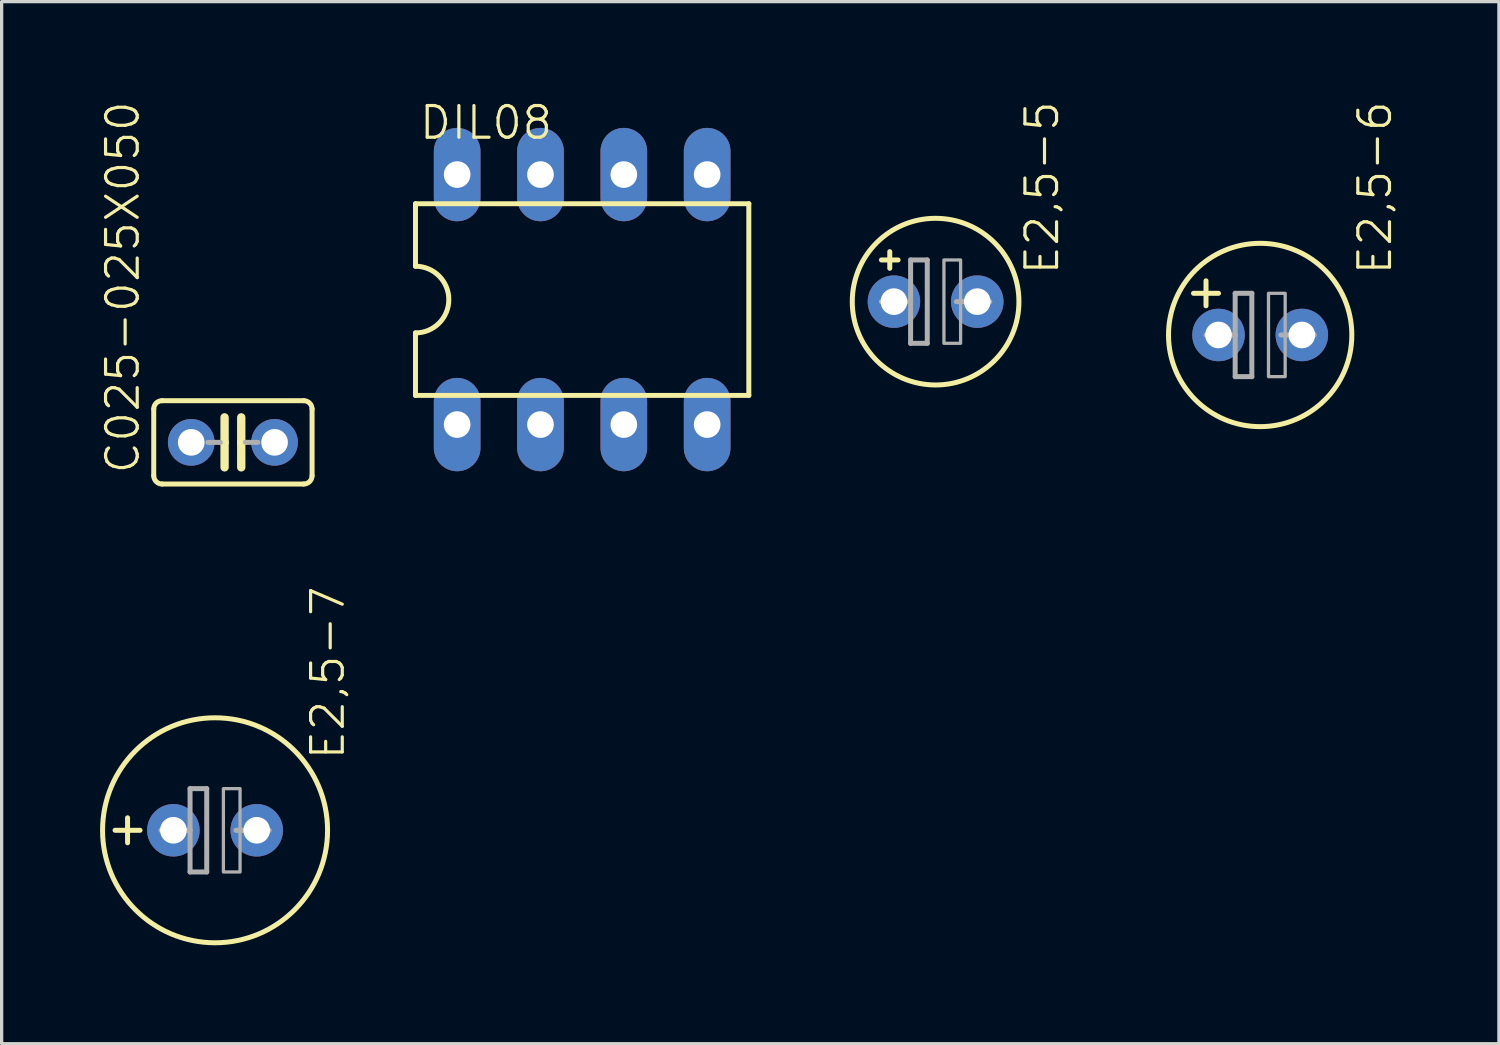
<source format=kicad_pcb>
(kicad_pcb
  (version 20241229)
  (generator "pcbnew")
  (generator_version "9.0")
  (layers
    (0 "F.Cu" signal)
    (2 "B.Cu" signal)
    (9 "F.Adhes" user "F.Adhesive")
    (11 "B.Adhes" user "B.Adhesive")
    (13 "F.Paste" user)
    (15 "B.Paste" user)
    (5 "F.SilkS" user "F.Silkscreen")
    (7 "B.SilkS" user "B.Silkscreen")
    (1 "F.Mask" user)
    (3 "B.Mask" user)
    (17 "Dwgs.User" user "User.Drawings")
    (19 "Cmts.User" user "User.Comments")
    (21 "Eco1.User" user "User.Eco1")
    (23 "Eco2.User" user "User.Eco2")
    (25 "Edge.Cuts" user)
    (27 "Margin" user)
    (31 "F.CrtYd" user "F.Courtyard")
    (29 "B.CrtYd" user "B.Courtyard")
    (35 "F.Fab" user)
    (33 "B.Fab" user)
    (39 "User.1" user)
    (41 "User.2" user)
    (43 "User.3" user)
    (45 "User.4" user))
  (footprint "C025-025X050"
    (layer "F.Cu")
    (at 4.049 10.433)
    (property "Reference" "C025-025X050" (at -2.794 1.016 90) (layer "F.SilkS") (effects (font (size 0.965 0.965) (thickness 0.097)) (justify left bottom)))
    (attr through_hole)
    (fp_line (start -2.413 -1.016) (end -2.413 1.016) (stroke (width 0.152) (type solid)) (layer "F.SilkS"))
    (fp_line (start -2.159 -1.27) (end 2.159 -1.27) (stroke (width 0.152) (type solid)) (layer "F.SilkS"))
    (fp_line (start -0.254 -0.762) (end -0.254 0) (stroke (width 0.254) (type solid)) (layer "F.SilkS"))
    (fp_line (start -0.254 0) (end -0.381 0) (stroke (width 0.152) (type solid)) (layer "F.SilkS"))
    (fp_line (start -0.254 0) (end -0.254 0.762) (stroke (width 0.254) (type solid)) (layer "F.SilkS"))
    (fp_line (start 0.254 0) (end 0.254 -0.762) (stroke (width 0.254) (type solid)) (layer "F.SilkS"))
    (fp_line (start 0.254 0) (end 0.254 0.762) (stroke (width 0.254) (type solid)) (layer "F.SilkS"))
    (fp_line (start 0.381 0) (end 0.254 0) (stroke (width 0.152) (type solid)) (layer "F.SilkS"))
    (fp_line (start 2.159 1.27) (end -2.159 1.27) (stroke (width 0.152) (type solid)) (layer "F.SilkS"))
    (fp_line (start 2.413 -1.016) (end 2.413 1.016) (stroke (width 0.152) (type solid)) (layer "F.SilkS"))
    (fp_arc (start -2.413 -1.016) (mid -2.338605 -1.195605) (end -2.159 -1.27) (stroke (width 0.1524) (type solid)) (layer "F.SilkS"))
    (fp_arc (start -2.159 1.27) (mid -2.338605 1.195605) (end -2.413 1.016) (stroke (width 0.1524) (type solid)) (layer "F.SilkS"))
    (fp_arc (start 2.159 -1.27) (mid 2.338605 -1.195605) (end 2.413 -1.016) (stroke (width 0.1524) (type solid)) (layer "F.SilkS"))
    (fp_arc (start 2.413 1.016) (mid 2.338605 1.195605) (end 2.159 1.27) (stroke (width 0.1524) (type solid)) (layer "F.SilkS"))
    (fp_line (start -0.381 0) (end -0.762 0) (stroke (width 0.152) (type solid)) (layer "F.Fab"))
    (fp_line (start 0.762 0) (end 0.381 0) (stroke (width 0.152) (type solid)) (layer "F.Fab"))
    (pad "1" thru_hole circle (at -1.27 0) (size 1.422 1.422) (drill 0.813) (layers "*.Cu" "*.Mask"))
    (pad "2" thru_hole circle (at 1.27 0) (size 1.422 1.422) (drill 0.813) (layers "*.Cu" "*.Mask")))
  (footprint "E2,5-7"
    (layer "F.Cu")
    (at 3.505 22.257)
    (property "Reference" "E2,5-7" (at 4 -2.095 90) (layer "F.SilkS") (effects (font (size 0.965 0.965) (thickness 0.097)) (justify left bottom)))
    (attr through_hole)
    (fp_line (start -3.048 0) (end -2.286 0) (stroke (width 0.152) (type solid)) (layer "F.SilkS"))
    (fp_line (start -2.667 0.381) (end -2.667 -0.381) (stroke (width 0.152) (type solid)) (layer "F.SilkS"))
    (fp_circle (center 0 0) (end 3.429 0) (stroke (width 0.152) (type solid)) (fill no) (layer "F.SilkS"))
    (fp_line (start -1.651 0) (end -0.762 0) (stroke (width 0.152) (type solid)) (layer "F.Fab"))
    (fp_line (start -0.762 -1.27) (end -0.762 0) (stroke (width 0.152) (type solid)) (layer "F.Fab"))
    (fp_line (start -0.762 0) (end -0.762 1.27) (stroke (width 0.152) (type solid)) (layer "F.Fab"))
    (fp_line (start -0.762 1.27) (end -0.254 1.27) (stroke (width 0.152) (type solid)) (layer "F.Fab"))
    (fp_line (start -0.254 -1.27) (end -0.762 -1.27) (stroke (width 0.152) (type solid)) (layer "F.Fab"))
    (fp_line (start -0.254 1.27) (end -0.254 -1.27) (stroke (width 0.152) (type solid)) (layer "F.Fab"))
    (fp_line (start 0.635 0) (end 1.651 0) (stroke (width 0.152) (type solid)) (layer "F.Fab"))
    (fp_poly (pts (xy 0.254 1.27) (xy 0.762 1.27) (xy 0.762 -1.27) (xy 0.254 -1.27)) (stroke (width 0.1) (type solid)) (fill no) (layer "F.Fab"))
    (pad "+" thru_hole circle (at -1.27 0) (size 1.6 1.6) (drill 0.813) (layers "*.Cu" "*.Mask"))
    (pad "-" thru_hole circle (at 1.27 0) (size 1.6 1.6) (drill 0.813) (layers "*.Cu" "*.Mask")))
  (footprint "E2,5-6"
    (layer "F.Cu")
    (at 35.36 7.16)
    (property "Reference" "E2,5-6" (at 4.064 -1.778 270) (layer "F.SilkS") (effects (font (size 0.965 0.965) (thickness 0.097)) (justify left bottom)))
    (attr through_hole)
    (fp_line (start -2.032 -1.27) (end -1.651 -1.27) (stroke (width 0.152) (type solid)) (layer "F.SilkS"))
    (fp_line (start -1.651 -1.27) (end -1.651 -1.651) (stroke (width 0.152) (type solid)) (layer "F.SilkS"))
    (fp_line (start -1.651 -1.27) (end -1.27 -1.27) (stroke (width 0.152) (type solid)) (layer "F.SilkS"))
    (fp_line (start -1.651 -0.889) (end -1.651 -1.27) (stroke (width 0.152) (type solid)) (layer "F.SilkS"))
    (fp_circle (center 0 0) (end 2.794 0) (stroke (width 0.152) (type solid)) (fill no) (layer "F.SilkS"))
    (fp_line (start -1.651 0) (end -0.762 0) (stroke (width 0.152) (type solid)) (layer "F.Fab"))
    (fp_line (start -0.762 -1.27) (end -0.762 0) (stroke (width 0.152) (type solid)) (layer "F.Fab"))
    (fp_line (start -0.762 0) (end -0.762 1.27) (stroke (width 0.152) (type solid)) (layer "F.Fab"))
    (fp_line (start -0.762 1.27) (end -0.254 1.27) (stroke (width 0.152) (type solid)) (layer "F.Fab"))
    (fp_line (start -0.254 -1.27) (end -0.762 -1.27) (stroke (width 0.152) (type solid)) (layer "F.Fab"))
    (fp_line (start -0.254 1.27) (end -0.254 -1.27) (stroke (width 0.152) (type solid)) (layer "F.Fab"))
    (fp_line (start 0.635 0) (end 1.651 0) (stroke (width 0.152) (type solid)) (layer "F.Fab"))
    (fp_poly (pts (xy 0.254 1.27) (xy 0.762 1.27) (xy 0.762 -1.27) (xy 0.254 -1.27)) (stroke (width 0.1) (type solid)) (fill no) (layer "F.Fab"))
    (pad "+" thru_hole circle (at -1.27 0) (size 1.6 1.6) (drill 0.813) (layers "*.Cu" "*.Mask"))
    (pad "-" thru_hole circle (at 1.27 0) (size 1.6 1.6) (drill 0.813) (layers "*.Cu" "*.Mask")))
  (footprint "E2,5-5"
    (layer "F.Cu")
    (at 25.467 6.144)
    (property "Reference" "E2,5-5" (at 3.81 -0.762 270) (layer "F.SilkS") (effects (font (size 0.965 0.965) (thickness 0.097)) (justify left bottom)))
    (attr through_hole)
    (fp_line (start -1.651 -1.27) (end -1.397 -1.27) (stroke (width 0.152) (type solid)) (layer "F.SilkS"))
    (fp_line (start -1.397 -1.27) (end -1.397 -1.524) (stroke (width 0.152) (type solid)) (layer "F.SilkS"))
    (fp_line (start -1.397 -1.27) (end -1.143 -1.27) (stroke (width 0.152) (type solid)) (layer "F.SilkS"))
    (fp_line (start -1.397 -1.016) (end -1.397 -1.27) (stroke (width 0.152) (type solid)) (layer "F.SilkS"))
    (fp_circle (center 0 0) (end 2.54 0) (stroke (width 0.152) (type solid)) (fill no) (layer "F.SilkS"))
    (fp_line (start -1.651 0) (end -0.762 0) (stroke (width 0.152) (type solid)) (layer "F.Fab"))
    (fp_line (start -0.762 -1.27) (end -0.762 0) (stroke (width 0.152) (type solid)) (layer "F.Fab"))
    (fp_line (start -0.762 0) (end -0.762 1.27) (stroke (width 0.152) (type solid)) (layer "F.Fab"))
    (fp_line (start -0.762 1.27) (end -0.254 1.27) (stroke (width 0.152) (type solid)) (layer "F.Fab"))
    (fp_line (start -0.254 -1.27) (end -0.762 -1.27) (stroke (width 0.152) (type solid)) (layer "F.Fab"))
    (fp_line (start -0.254 1.27) (end -0.254 -1.27) (stroke (width 0.152) (type solid)) (layer "F.Fab"))
    (fp_line (start 0.635 0) (end 1.651 0) (stroke (width 0.152) (type solid)) (layer "F.Fab"))
    (fp_poly (pts (xy 0.254 1.27) (xy 0.762 1.27) (xy 0.762 -1.27) (xy 0.254 -1.27)) (stroke (width 0.1) (type solid)) (fill no) (layer "F.Fab"))
    (pad "+" thru_hole circle (at -1.27 0) (size 1.6 1.6) (drill 0.813) (layers "*.Cu" "*.Mask"))
    (pad "-" thru_hole circle (at 1.27 0) (size 1.6 1.6) (drill 0.813) (layers "*.Cu" "*.Mask")))
  (footprint "DIL08"
    (layer "F.Cu")
    (at 14.694 6.081)
    (property "Reference" "DIL08" (at -5.016 -4.826 180) (layer "F.SilkS") (effects (font (size 0.965 0.965) (thickness 0.097)) (justify left bottom)))
    (attr through_hole)
    (fp_line (start -5.08 -2.921) (end -5.08 -1.016) (stroke (width 0.152) (type solid)) (layer "F.SilkS"))
    (fp_line (start -5.08 2.921) (end -5.08 1.016) (stroke (width 0.152) (type solid)) (layer "F.SilkS"))
    (fp_line (start -5.08 2.921) (end 5.08 2.921) (stroke (width 0.152) (type solid)) (layer "F.SilkS"))
    (fp_line (start 5.08 -2.921) (end -5.08 -2.921) (stroke (width 0.152) (type solid)) (layer "F.SilkS"))
    (fp_line (start 5.08 -2.921) (end 5.08 2.921) (stroke (width 0.152) (type solid)) (layer "F.SilkS"))
    (fp_arc (start -5.08 -1.016) (mid -4.064 0) (end -5.08 1.016) (stroke (width 0.1524) (type solid)) (layer "F.SilkS"))
    (pad "1" thru_hole oval (at -3.81 3.81 90) (size 2.845 1.422) (drill 0.813) (layers "*.Cu" "*.Mask"))
    (pad "2" thru_hole oval (at -1.27 3.81 90) (size 2.845 1.422) (drill 0.813) (layers "*.Cu" "*.Mask"))
    (pad "3" thru_hole oval (at 1.27 3.81 90) (size 2.845 1.422) (drill 0.813) (layers "*.Cu" "*.Mask"))
    (pad "4" thru_hole oval (at 3.81 3.81 90) (size 2.845 1.422) (drill 0.813) (layers "*.Cu" "*.Mask"))
    (pad "5" thru_hole oval (at 3.81 -3.81 90) (size 2.845 1.422) (drill 0.813) (layers "*.Cu" "*.Mask"))
    (pad "6" thru_hole oval (at 1.27 -3.81 90) (size 2.845 1.422) (drill 0.813) (layers "*.Cu" "*.Mask"))
    (pad "7" thru_hole oval (at -1.27 -3.81 90) (size 2.845 1.422) (drill 0.813) (layers "*.Cu" "*.Mask"))
    (pad "8" thru_hole oval (at -3.81 -3.81 90) (size 2.845 1.422) (drill 0.813) (layers "*.Cu" "*.Mask")))
  (gr_rect
    (start -3 -3)
    (end 42.637 28.762)
    (stroke (width 0.1) (type default))
    (fill no)
    (layer "Edge.Cuts")))
</source>
